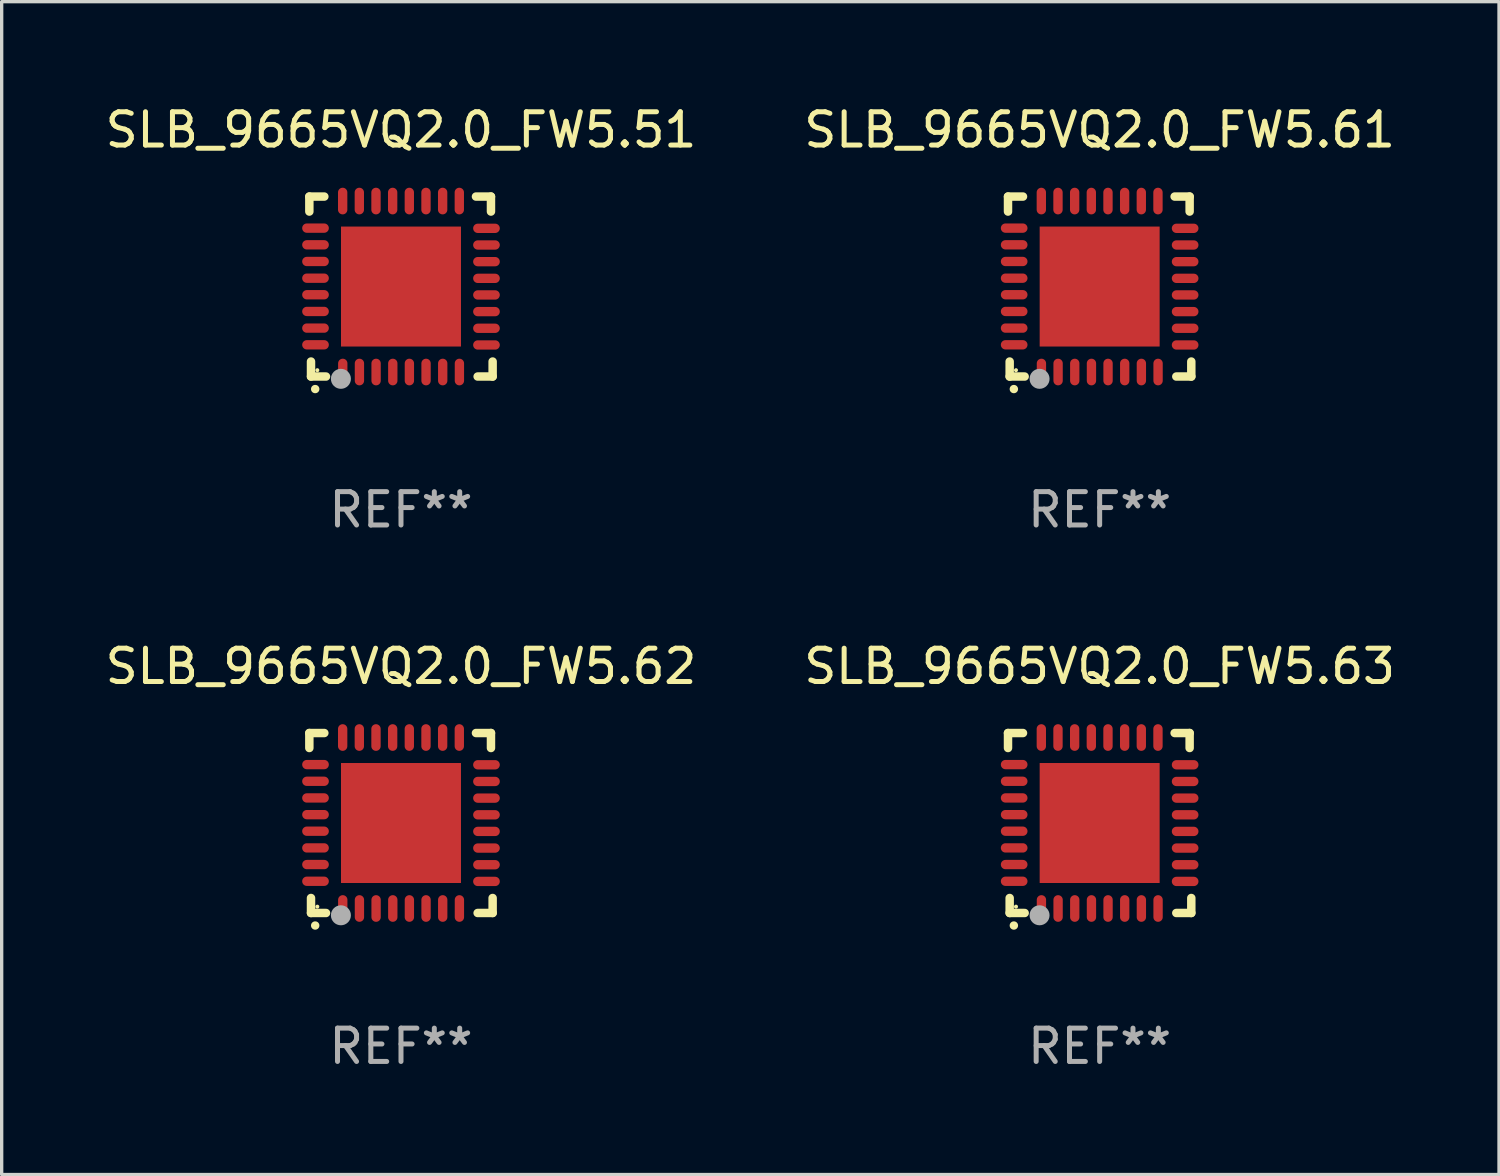
<source format=kicad_pcb>
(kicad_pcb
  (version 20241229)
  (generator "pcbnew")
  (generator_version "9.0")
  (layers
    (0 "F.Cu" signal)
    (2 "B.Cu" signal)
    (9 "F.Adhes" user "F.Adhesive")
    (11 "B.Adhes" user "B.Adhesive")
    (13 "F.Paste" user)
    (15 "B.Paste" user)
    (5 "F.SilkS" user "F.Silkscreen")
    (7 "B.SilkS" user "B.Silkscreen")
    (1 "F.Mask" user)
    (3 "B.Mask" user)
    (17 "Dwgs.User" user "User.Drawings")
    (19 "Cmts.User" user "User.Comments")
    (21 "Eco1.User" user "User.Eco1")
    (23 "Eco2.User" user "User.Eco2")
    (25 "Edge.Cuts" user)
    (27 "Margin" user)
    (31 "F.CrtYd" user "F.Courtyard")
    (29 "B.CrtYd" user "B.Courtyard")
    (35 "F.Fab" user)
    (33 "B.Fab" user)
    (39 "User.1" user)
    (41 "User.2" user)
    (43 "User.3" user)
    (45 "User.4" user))
  (footprint "SLB_9665VQ2.0_FW5.61"
    (layer "F.Cu")
    (at 29.946 5.548)
    (property "Reference" "SLB_9665VQ2.0_FW5.61" (at 0 -4.7 0) (layer "F.SilkS") (effects (font (size 1 1) (thickness 0.15))))
    (attr through_hole)
    (fp_line (start -2.75 -2.7) (end -2.75 -2.25) (stroke (width 0.254) (type solid)) (layer "F.SilkS"))
    (fp_line (start -2.7 2.7) (end -2.7 2.25) (stroke (width 0.254) (type solid)) (layer "F.SilkS"))
    (fp_line (start -2.3 -2.7) (end -2.75 -2.7) (stroke (width 0.254) (type solid)) (layer "F.SilkS"))
    (fp_line (start -2.25 2.7) (end -2.7 2.7) (stroke (width 0.254) (type solid)) (layer "F.SilkS"))
    (fp_line (start 2.3 2.7) (end 2.75 2.7) (stroke (width 0.254) (type solid)) (layer "F.SilkS"))
    (fp_line (start 2.7 -2.7) (end 2.25 -2.7) (stroke (width 0.254) (type solid)) (layer "F.SilkS"))
    (fp_line (start 2.7 -2.25) (end 2.7 -2.7) (stroke (width 0.254) (type solid)) (layer "F.SilkS"))
    (fp_line (start 2.75 2.7) (end 2.75 2.25) (stroke (width 0.254) (type solid)) (layer "F.SilkS"))
    (fp_arc (start -2.575565 3.075946) (mid -2.574295 3.07594) (end -2.573025 3.075946) (stroke (width 0.25) (type solid)) (layer "F.SilkS"))
    (fp_circle (center -2.51 2.51) (end -2.48 2.51) (stroke (width 0.06) (type solid)) (fill no) (layer "F.SilkS"))
    (fp_circle (center -1.803 2.769) (end -1.653 2.769) (stroke (width 0.3) (type solid)) (fill no) (layer "F.Fab"))
    (fp_text user "REF**" (at 0 6.7 0) (layer "F.Fab") (effects (font (size 1 1) (thickness 0.15))))
    (pad "1" smd oval (at -1.747 2.565) (size 0.28 0.8) (layers "F.Cu" "F.Mask" "F.Paste"))
    (pad "2" smd oval (at -1.247 2.565) (size 0.28 0.8) (layers "F.Cu" "F.Mask" "F.Paste"))
    (pad "3" smd oval (at -0.747 2.565) (size 0.28 0.8) (layers "F.Cu" "F.Mask" "F.Paste"))
    (pad "4" smd oval (at -0.246 2.565) (size 0.28 0.8) (layers "F.Cu" "F.Mask" "F.Paste"))
    (pad "5" smd oval (at 0.252 2.565) (size 0.28 0.8) (layers "F.Cu" "F.Mask" "F.Paste"))
    (pad "6" smd oval (at 0.752 2.565) (size 0.28 0.8) (layers "F.Cu" "F.Mask" "F.Paste"))
    (pad "7" smd oval (at 1.252 2.565) (size 0.28 0.8) (layers "F.Cu" "F.Mask" "F.Paste"))
    (pad "8" smd oval (at 1.753 2.565) (size 0.28 0.8) (layers "F.Cu" "F.Mask" "F.Paste"))
    (pad "9" smd oval (at 2.565 1.753) (size 0.8 0.28) (layers "F.Cu" "F.Mask" "F.Paste"))
    (pad "10" smd oval (at 2.565 1.252) (size 0.8 0.28) (layers "F.Cu" "F.Mask" "F.Paste"))
    (pad "11" smd oval (at 2.565 0.752) (size 0.8 0.28) (layers "F.Cu" "F.Mask" "F.Paste"))
    (pad "12" smd oval (at 2.565 0.252) (size 0.8 0.28) (layers "F.Cu" "F.Mask" "F.Paste"))
    (pad "13" smd oval (at 2.565 -0.246) (size 0.8 0.28) (layers "F.Cu" "F.Mask" "F.Paste"))
    (pad "14" smd oval (at 2.565 -0.747) (size 0.8 0.28) (layers "F.Cu" "F.Mask" "F.Paste"))
    (pad "15" smd oval (at 2.565 -1.247) (size 0.8 0.28) (layers "F.Cu" "F.Mask" "F.Paste"))
    (pad "16" smd oval (at 2.565 -1.747) (size 0.8 0.28) (layers "F.Cu" "F.Mask" "F.Paste"))
    (pad "17" smd oval (at 1.75 -2.565) (size 0.28 0.8) (layers "F.Cu" "F.Mask" "F.Paste"))
    (pad "18" smd oval (at 1.25 -2.565) (size 0.28 0.8) (layers "F.Cu" "F.Mask" "F.Paste"))
    (pad "19" smd oval (at 0.75 -2.565) (size 0.28 0.8) (layers "F.Cu" "F.Mask" "F.Paste"))
    (pad "20" smd oval (at 0.25 -2.565) (size 0.28 0.8) (layers "F.Cu" "F.Mask" "F.Paste"))
    (pad "21" smd oval (at -0.25 -2.565) (size 0.28 0.8) (layers "F.Cu" "F.Mask" "F.Paste"))
    (pad "22" smd oval (at -0.75 -2.565) (size 0.28 0.8) (layers "F.Cu" "F.Mask" "F.Paste"))
    (pad "23" smd oval (at -1.25 -2.565) (size 0.28 0.8) (layers "F.Cu" "F.Mask" "F.Paste"))
    (pad "24" smd oval (at -1.75 -2.565) (size 0.28 0.8) (layers "F.Cu" "F.Mask" "F.Paste"))
    (pad "25" smd oval (at -2.565 -1.753) (size 0.8 0.28) (layers "F.Cu" "F.Mask" "F.Paste"))
    (pad "26" smd oval (at -2.565 -1.252) (size 0.8 0.28) (layers "F.Cu" "F.Mask" "F.Paste"))
    (pad "27" smd oval (at -2.565 -0.752) (size 0.8 0.28) (layers "F.Cu" "F.Mask" "F.Paste"))
    (pad "28" smd oval (at -2.565 -0.251) (size 0.8 0.28) (layers "F.Cu" "F.Mask" "F.Paste"))
    (pad "29" smd oval (at -2.565 0.246) (size 0.8 0.28) (layers "F.Cu" "F.Mask" "F.Paste"))
    (pad "30" smd oval (at -2.565 0.747) (size 0.8 0.28) (layers "F.Cu" "F.Mask" "F.Paste"))
    (pad "31" smd oval (at -2.565 1.247) (size 0.8 0.28) (layers "F.Cu" "F.Mask" "F.Paste"))
    (pad "32" smd oval (at -2.565 1.748) (size 0.8 0.28) (layers "F.Cu" "F.Mask" "F.Paste"))
    (pad "33" smd rect (at 0.000076 0.000076) (size 3.6 3.6) (layers "F.Cu" "F.Mask" "F.Paste")))
  (footprint "SLB_9665VQ2.0_FW5.62"
    (layer "F.Cu")
    (at 8.982 21.645)
    (property "Reference" "SLB_9665VQ2.0_FW5.62" (at 0 -4.7 0) (layer "F.SilkS") (effects (font (size 1 1) (thickness 0.15))))
    (attr through_hole)
    (fp_line (start -2.75 -2.7) (end -2.75 -2.25) (stroke (width 0.254) (type solid)) (layer "F.SilkS"))
    (fp_line (start -2.7 2.7) (end -2.7 2.25) (stroke (width 0.254) (type solid)) (layer "F.SilkS"))
    (fp_line (start -2.3 -2.7) (end -2.75 -2.7) (stroke (width 0.254) (type solid)) (layer "F.SilkS"))
    (fp_line (start -2.25 2.7) (end -2.7 2.7) (stroke (width 0.254) (type solid)) (layer "F.SilkS"))
    (fp_line (start 2.3 2.7) (end 2.75 2.7) (stroke (width 0.254) (type solid)) (layer "F.SilkS"))
    (fp_line (start 2.7 -2.7) (end 2.25 -2.7) (stroke (width 0.254) (type solid)) (layer "F.SilkS"))
    (fp_line (start 2.7 -2.25) (end 2.7 -2.7) (stroke (width 0.254) (type solid)) (layer "F.SilkS"))
    (fp_line (start 2.75 2.7) (end 2.75 2.25) (stroke (width 0.254) (type solid)) (layer "F.SilkS"))
    (fp_arc (start -2.575565 3.075946) (mid -2.574295 3.07594) (end -2.573025 3.075946) (stroke (width 0.25) (type solid)) (layer "F.SilkS"))
    (fp_circle (center -2.51 2.51) (end -2.48 2.51) (stroke (width 0.06) (type solid)) (fill no) (layer "F.SilkS"))
    (fp_circle (center -1.803 2.769) (end -1.653 2.769) (stroke (width 0.3) (type solid)) (fill no) (layer "F.Fab"))
    (fp_text user "REF**" (at 0 6.7 0) (layer "F.Fab") (effects (font (size 1 1) (thickness 0.15))))
    (pad "1" smd oval (at -1.747 2.565) (size 0.28 0.8) (layers "F.Cu" "F.Mask" "F.Paste"))
    (pad "2" smd oval (at -1.247 2.565) (size 0.28 0.8) (layers "F.Cu" "F.Mask" "F.Paste"))
    (pad "3" smd oval (at -0.747 2.565) (size 0.28 0.8) (layers "F.Cu" "F.Mask" "F.Paste"))
    (pad "4" smd oval (at -0.246 2.565) (size 0.28 0.8) (layers "F.Cu" "F.Mask" "F.Paste"))
    (pad "5" smd oval (at 0.252 2.565) (size 0.28 0.8) (layers "F.Cu" "F.Mask" "F.Paste"))
    (pad "6" smd oval (at 0.752 2.565) (size 0.28 0.8) (layers "F.Cu" "F.Mask" "F.Paste"))
    (pad "7" smd oval (at 1.252 2.565) (size 0.28 0.8) (layers "F.Cu" "F.Mask" "F.Paste"))
    (pad "8" smd oval (at 1.753 2.565) (size 0.28 0.8) (layers "F.Cu" "F.Mask" "F.Paste"))
    (pad "9" smd oval (at 2.565 1.753) (size 0.8 0.28) (layers "F.Cu" "F.Mask" "F.Paste"))
    (pad "10" smd oval (at 2.565 1.252) (size 0.8 0.28) (layers "F.Cu" "F.Mask" "F.Paste"))
    (pad "11" smd oval (at 2.565 0.752) (size 0.8 0.28) (layers "F.Cu" "F.Mask" "F.Paste"))
    (pad "12" smd oval (at 2.565 0.252) (size 0.8 0.28) (layers "F.Cu" "F.Mask" "F.Paste"))
    (pad "13" smd oval (at 2.565 -0.246) (size 0.8 0.28) (layers "F.Cu" "F.Mask" "F.Paste"))
    (pad "14" smd oval (at 2.565 -0.747) (size 0.8 0.28) (layers "F.Cu" "F.Mask" "F.Paste"))
    (pad "15" smd oval (at 2.565 -1.247) (size 0.8 0.28) (layers "F.Cu" "F.Mask" "F.Paste"))
    (pad "16" smd oval (at 2.565 -1.747) (size 0.8 0.28) (layers "F.Cu" "F.Mask" "F.Paste"))
    (pad "17" smd oval (at 1.75 -2.565) (size 0.28 0.8) (layers "F.Cu" "F.Mask" "F.Paste"))
    (pad "18" smd oval (at 1.25 -2.565) (size 0.28 0.8) (layers "F.Cu" "F.Mask" "F.Paste"))
    (pad "19" smd oval (at 0.75 -2.565) (size 0.28 0.8) (layers "F.Cu" "F.Mask" "F.Paste"))
    (pad "20" smd oval (at 0.25 -2.565) (size 0.28 0.8) (layers "F.Cu" "F.Mask" "F.Paste"))
    (pad "21" smd oval (at -0.25 -2.565) (size 0.28 0.8) (layers "F.Cu" "F.Mask" "F.Paste"))
    (pad "22" smd oval (at -0.75 -2.565) (size 0.28 0.8) (layers "F.Cu" "F.Mask" "F.Paste"))
    (pad "23" smd oval (at -1.25 -2.565) (size 0.28 0.8) (layers "F.Cu" "F.Mask" "F.Paste"))
    (pad "24" smd oval (at -1.75 -2.565) (size 0.28 0.8) (layers "F.Cu" "F.Mask" "F.Paste"))
    (pad "25" smd oval (at -2.565 -1.753) (size 0.8 0.28) (layers "F.Cu" "F.Mask" "F.Paste"))
    (pad "26" smd oval (at -2.565 -1.252) (size 0.8 0.28) (layers "F.Cu" "F.Mask" "F.Paste"))
    (pad "27" smd oval (at -2.565 -0.752) (size 0.8 0.28) (layers "F.Cu" "F.Mask" "F.Paste"))
    (pad "28" smd oval (at -2.565 -0.251) (size 0.8 0.28) (layers "F.Cu" "F.Mask" "F.Paste"))
    (pad "29" smd oval (at -2.565 0.246) (size 0.8 0.28) (layers "F.Cu" "F.Mask" "F.Paste"))
    (pad "30" smd oval (at -2.565 0.747) (size 0.8 0.28) (layers "F.Cu" "F.Mask" "F.Paste"))
    (pad "31" smd oval (at -2.565 1.247) (size 0.8 0.28) (layers "F.Cu" "F.Mask" "F.Paste"))
    (pad "32" smd oval (at -2.565 1.748) (size 0.8 0.28) (layers "F.Cu" "F.Mask" "F.Paste"))
    (pad "33" smd rect (at 0.000076 0.000076) (size 3.6 3.6) (layers "F.Cu" "F.Mask" "F.Paste")))
  (footprint "SLB_9665VQ2.0_FW5.51"
    (layer "F.Cu")
    (at 8.982 5.548)
    (property "Reference" "SLB_9665VQ2.0_FW5.51" (at 0 -4.7 0) (layer "F.SilkS") (effects (font (size 1 1) (thickness 0.15))))
    (attr through_hole)
    (fp_line (start -2.75 -2.7) (end -2.75 -2.25) (stroke (width 0.254) (type solid)) (layer "F.SilkS"))
    (fp_line (start -2.7 2.7) (end -2.7 2.25) (stroke (width 0.254) (type solid)) (layer "F.SilkS"))
    (fp_line (start -2.3 -2.7) (end -2.75 -2.7) (stroke (width 0.254) (type solid)) (layer "F.SilkS"))
    (fp_line (start -2.25 2.7) (end -2.7 2.7) (stroke (width 0.254) (type solid)) (layer "F.SilkS"))
    (fp_line (start 2.3 2.7) (end 2.75 2.7) (stroke (width 0.254) (type solid)) (layer "F.SilkS"))
    (fp_line (start 2.7 -2.7) (end 2.25 -2.7) (stroke (width 0.254) (type solid)) (layer "F.SilkS"))
    (fp_line (start 2.7 -2.25) (end 2.7 -2.7) (stroke (width 0.254) (type solid)) (layer "F.SilkS"))
    (fp_line (start 2.75 2.7) (end 2.75 2.25) (stroke (width 0.254) (type solid)) (layer "F.SilkS"))
    (fp_arc (start -2.575565 3.075946) (mid -2.574295 3.07594) (end -2.573025 3.075946) (stroke (width 0.25) (type solid)) (layer "F.SilkS"))
    (fp_circle (center -2.51 2.51) (end -2.48 2.51) (stroke (width 0.06) (type solid)) (fill no) (layer "F.SilkS"))
    (fp_circle (center -1.803 2.769) (end -1.653 2.769) (stroke (width 0.3) (type solid)) (fill no) (layer "F.Fab"))
    (fp_text user "REF**" (at 0 6.7 0) (layer "F.Fab") (effects (font (size 1 1) (thickness 0.15))))
    (pad "1" smd oval (at -1.747 2.565) (size 0.28 0.8) (layers "F.Cu" "F.Mask" "F.Paste"))
    (pad "2" smd oval (at -1.247 2.565) (size 0.28 0.8) (layers "F.Cu" "F.Mask" "F.Paste"))
    (pad "3" smd oval (at -0.747 2.565) (size 0.28 0.8) (layers "F.Cu" "F.Mask" "F.Paste"))
    (pad "4" smd oval (at -0.246 2.565) (size 0.28 0.8) (layers "F.Cu" "F.Mask" "F.Paste"))
    (pad "5" smd oval (at 0.252 2.565) (size 0.28 0.8) (layers "F.Cu" "F.Mask" "F.Paste"))
    (pad "6" smd oval (at 0.752 2.565) (size 0.28 0.8) (layers "F.Cu" "F.Mask" "F.Paste"))
    (pad "7" smd oval (at 1.252 2.565) (size 0.28 0.8) (layers "F.Cu" "F.Mask" "F.Paste"))
    (pad "8" smd oval (at 1.753 2.565) (size 0.28 0.8) (layers "F.Cu" "F.Mask" "F.Paste"))
    (pad "9" smd oval (at 2.565 1.753) (size 0.8 0.28) (layers "F.Cu" "F.Mask" "F.Paste"))
    (pad "10" smd oval (at 2.565 1.252) (size 0.8 0.28) (layers "F.Cu" "F.Mask" "F.Paste"))
    (pad "11" smd oval (at 2.565 0.752) (size 0.8 0.28) (layers "F.Cu" "F.Mask" "F.Paste"))
    (pad "12" smd oval (at 2.565 0.252) (size 0.8 0.28) (layers "F.Cu" "F.Mask" "F.Paste"))
    (pad "13" smd oval (at 2.565 -0.246) (size 0.8 0.28) (layers "F.Cu" "F.Mask" "F.Paste"))
    (pad "14" smd oval (at 2.565 -0.747) (size 0.8 0.28) (layers "F.Cu" "F.Mask" "F.Paste"))
    (pad "15" smd oval (at 2.565 -1.247) (size 0.8 0.28) (layers "F.Cu" "F.Mask" "F.Paste"))
    (pad "16" smd oval (at 2.565 -1.747) (size 0.8 0.28) (layers "F.Cu" "F.Mask" "F.Paste"))
    (pad "17" smd oval (at 1.75 -2.565) (size 0.28 0.8) (layers "F.Cu" "F.Mask" "F.Paste"))
    (pad "18" smd oval (at 1.25 -2.565) (size 0.28 0.8) (layers "F.Cu" "F.Mask" "F.Paste"))
    (pad "19" smd oval (at 0.75 -2.565) (size 0.28 0.8) (layers "F.Cu" "F.Mask" "F.Paste"))
    (pad "20" smd oval (at 0.25 -2.565) (size 0.28 0.8) (layers "F.Cu" "F.Mask" "F.Paste"))
    (pad "21" smd oval (at -0.25 -2.565) (size 0.28 0.8) (layers "F.Cu" "F.Mask" "F.Paste"))
    (pad "22" smd oval (at -0.75 -2.565) (size 0.28 0.8) (layers "F.Cu" "F.Mask" "F.Paste"))
    (pad "23" smd oval (at -1.25 -2.565) (size 0.28 0.8) (layers "F.Cu" "F.Mask" "F.Paste"))
    (pad "24" smd oval (at -1.75 -2.565) (size 0.28 0.8) (layers "F.Cu" "F.Mask" "F.Paste"))
    (pad "25" smd oval (at -2.565 -1.753) (size 0.8 0.28) (layers "F.Cu" "F.Mask" "F.Paste"))
    (pad "26" smd oval (at -2.565 -1.252) (size 0.8 0.28) (layers "F.Cu" "F.Mask" "F.Paste"))
    (pad "27" smd oval (at -2.565 -0.752) (size 0.8 0.28) (layers "F.Cu" "F.Mask" "F.Paste"))
    (pad "28" smd oval (at -2.565 -0.251) (size 0.8 0.28) (layers "F.Cu" "F.Mask" "F.Paste"))
    (pad "29" smd oval (at -2.565 0.246) (size 0.8 0.28) (layers "F.Cu" "F.Mask" "F.Paste"))
    (pad "30" smd oval (at -2.565 0.747) (size 0.8 0.28) (layers "F.Cu" "F.Mask" "F.Paste"))
    (pad "31" smd oval (at -2.565 1.247) (size 0.8 0.28) (layers "F.Cu" "F.Mask" "F.Paste"))
    (pad "32" smd oval (at -2.565 1.748) (size 0.8 0.28) (layers "F.Cu" "F.Mask" "F.Paste"))
    (pad "33" smd rect (at 0.000076 0.000076) (size 3.6 3.6) (layers "F.Cu" "F.Mask" "F.Paste")))
  (footprint "SLB_9665VQ2.0_FW5.63"
    (layer "F.Cu")
    (at 29.946 21.645)
    (property "Reference" "SLB_9665VQ2.0_FW5.63" (at 0 -4.7 0) (layer "F.SilkS") (effects (font (size 1 1) (thickness 0.15))))
    (attr through_hole)
    (fp_line (start -2.75 -2.7) (end -2.75 -2.25) (stroke (width 0.254) (type solid)) (layer "F.SilkS"))
    (fp_line (start -2.7 2.7) (end -2.7 2.25) (stroke (width 0.254) (type solid)) (layer "F.SilkS"))
    (fp_line (start -2.3 -2.7) (end -2.75 -2.7) (stroke (width 0.254) (type solid)) (layer "F.SilkS"))
    (fp_line (start -2.25 2.7) (end -2.7 2.7) (stroke (width 0.254) (type solid)) (layer "F.SilkS"))
    (fp_line (start 2.3 2.7) (end 2.75 2.7) (stroke (width 0.254) (type solid)) (layer "F.SilkS"))
    (fp_line (start 2.7 -2.7) (end 2.25 -2.7) (stroke (width 0.254) (type solid)) (layer "F.SilkS"))
    (fp_line (start 2.7 -2.25) (end 2.7 -2.7) (stroke (width 0.254) (type solid)) (layer "F.SilkS"))
    (fp_line (start 2.75 2.7) (end 2.75 2.25) (stroke (width 0.254) (type solid)) (layer "F.SilkS"))
    (fp_arc (start -2.575565 3.075946) (mid -2.574295 3.07594) (end -2.573025 3.075946) (stroke (width 0.25) (type solid)) (layer "F.SilkS"))
    (fp_circle (center -2.51 2.51) (end -2.48 2.51) (stroke (width 0.06) (type solid)) (fill no) (layer "F.SilkS"))
    (fp_circle (center -1.803 2.769) (end -1.653 2.769) (stroke (width 0.3) (type solid)) (fill no) (layer "F.Fab"))
    (fp_text user "REF**" (at 0 6.7 0) (layer "F.Fab") (effects (font (size 1 1) (thickness 0.15))))
    (pad "1" smd oval (at -1.747 2.565) (size 0.28 0.8) (layers "F.Cu" "F.Mask" "F.Paste"))
    (pad "2" smd oval (at -1.247 2.565) (size 0.28 0.8) (layers "F.Cu" "F.Mask" "F.Paste"))
    (pad "3" smd oval (at -0.747 2.565) (size 0.28 0.8) (layers "F.Cu" "F.Mask" "F.Paste"))
    (pad "4" smd oval (at -0.246 2.565) (size 0.28 0.8) (layers "F.Cu" "F.Mask" "F.Paste"))
    (pad "5" smd oval (at 0.252 2.565) (size 0.28 0.8) (layers "F.Cu" "F.Mask" "F.Paste"))
    (pad "6" smd oval (at 0.752 2.565) (size 0.28 0.8) (layers "F.Cu" "F.Mask" "F.Paste"))
    (pad "7" smd oval (at 1.252 2.565) (size 0.28 0.8) (layers "F.Cu" "F.Mask" "F.Paste"))
    (pad "8" smd oval (at 1.753 2.565) (size 0.28 0.8) (layers "F.Cu" "F.Mask" "F.Paste"))
    (pad "9" smd oval (at 2.565 1.753) (size 0.8 0.28) (layers "F.Cu" "F.Mask" "F.Paste"))
    (pad "10" smd oval (at 2.565 1.252) (size 0.8 0.28) (layers "F.Cu" "F.Mask" "F.Paste"))
    (pad "11" smd oval (at 2.565 0.752) (size 0.8 0.28) (layers "F.Cu" "F.Mask" "F.Paste"))
    (pad "12" smd oval (at 2.565 0.252) (size 0.8 0.28) (layers "F.Cu" "F.Mask" "F.Paste"))
    (pad "13" smd oval (at 2.565 -0.246) (size 0.8 0.28) (layers "F.Cu" "F.Mask" "F.Paste"))
    (pad "14" smd oval (at 2.565 -0.747) (size 0.8 0.28) (layers "F.Cu" "F.Mask" "F.Paste"))
    (pad "15" smd oval (at 2.565 -1.247) (size 0.8 0.28) (layers "F.Cu" "F.Mask" "F.Paste"))
    (pad "16" smd oval (at 2.565 -1.747) (size 0.8 0.28) (layers "F.Cu" "F.Mask" "F.Paste"))
    (pad "17" smd oval (at 1.75 -2.565) (size 0.28 0.8) (layers "F.Cu" "F.Mask" "F.Paste"))
    (pad "18" smd oval (at 1.25 -2.565) (size 0.28 0.8) (layers "F.Cu" "F.Mask" "F.Paste"))
    (pad "19" smd oval (at 0.75 -2.565) (size 0.28 0.8) (layers "F.Cu" "F.Mask" "F.Paste"))
    (pad "20" smd oval (at 0.25 -2.565) (size 0.28 0.8) (layers "F.Cu" "F.Mask" "F.Paste"))
    (pad "21" smd oval (at -0.25 -2.565) (size 0.28 0.8) (layers "F.Cu" "F.Mask" "F.Paste"))
    (pad "22" smd oval (at -0.75 -2.565) (size 0.28 0.8) (layers "F.Cu" "F.Mask" "F.Paste"))
    (pad "23" smd oval (at -1.25 -2.565) (size 0.28 0.8) (layers "F.Cu" "F.Mask" "F.Paste"))
    (pad "24" smd oval (at -1.75 -2.565) (size 0.28 0.8) (layers "F.Cu" "F.Mask" "F.Paste"))
    (pad "25" smd oval (at -2.565 -1.753) (size 0.8 0.28) (layers "F.Cu" "F.Mask" "F.Paste"))
    (pad "26" smd oval (at -2.565 -1.252) (size 0.8 0.28) (layers "F.Cu" "F.Mask" "F.Paste"))
    (pad "27" smd oval (at -2.565 -0.752) (size 0.8 0.28) (layers "F.Cu" "F.Mask" "F.Paste"))
    (pad "28" smd oval (at -2.565 -0.251) (size 0.8 0.28) (layers "F.Cu" "F.Mask" "F.Paste"))
    (pad "29" smd oval (at -2.565 0.246) (size 0.8 0.28) (layers "F.Cu" "F.Mask" "F.Paste"))
    (pad "30" smd oval (at -2.565 0.747) (size 0.8 0.28) (layers "F.Cu" "F.Mask" "F.Paste"))
    (pad "31" smd oval (at -2.565 1.247) (size 0.8 0.28) (layers "F.Cu" "F.Mask" "F.Paste"))
    (pad "32" smd oval (at -2.565 1.748) (size 0.8 0.28) (layers "F.Cu" "F.Mask" "F.Paste"))
    (pad "33" smd rect (at 0.000076 0.000076) (size 3.6 3.6) (layers "F.Cu" "F.Mask" "F.Paste")))
  (gr_rect
    (start -3 -3)
    (end 41.929 32.193)
    (stroke (width 0.1) (type default))
    (fill no)
    (layer "Edge.Cuts")))
</source>
